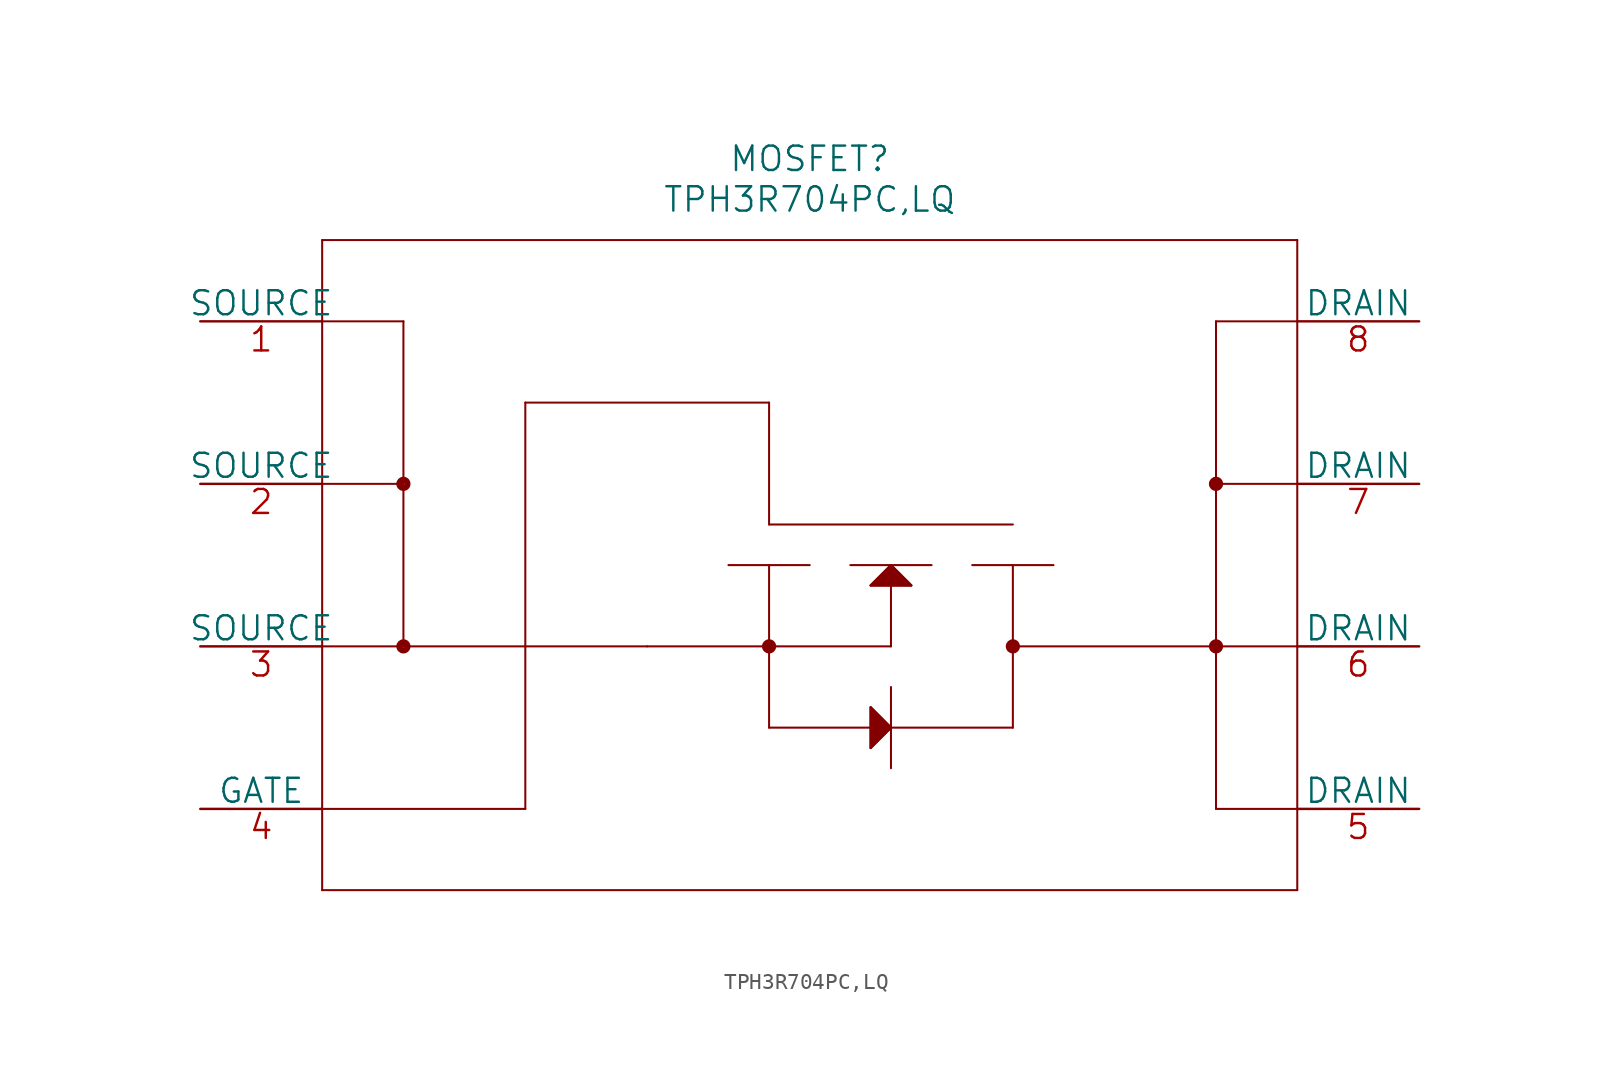
<source format=kicad_sym>
(kicad_symbol_lib
  (version 20211014)
  (generator kicad_symbol_editor)
  (symbol "TPH3R704PC,LQ"
    (pin_names
      (offset 0))
    (property "Reference" "MOSFET"
      (at 38.1 10.16 0)
      (effects (font (size 1.524 1.524))))
    (property "Value" "TPH3R704PC,LQ"
      (at 38.1 7.62 0)
      (effects (font (size 1.524 1.524))))
    (property "Datasheet" ""
      (at 0 0 0)
      (effects (font (size 1.524 1.524))))
    (property "ki_locked" ""
      (at 0 0 0)
      (effects (font (size 1.27 1.27))))
    (symbol "TPH3R704PC,LQ_1_1"
      (polyline (pts (xy 7.62 -35.56) (xy 68.58 -35.56)) (stroke (width 0.127) (type default) (color 0 0 0 0)) (fill (type none)))
      (polyline (pts (xy 7.62 -10.16) (xy 12.7 -10.16)) (stroke (width 0.127) (type default) (color 0 0 0 0)) (fill (type none)))
      (polyline (pts (xy 7.62 0) (xy 12.7 0)) (stroke (width 0.127) (type default) (color 0 0 0 0)) (fill (type none)))
      (polyline (pts (xy 7.62 5.08) (xy 7.62 -35.56)) (stroke (width 0.127) (type default) (color 0 0 0 0)) (fill (type none)))
      (polyline (pts (xy 12.7 -20.32) (xy 7.62 -20.32)) (stroke (width 0.127) (type default) (color 0 0 0 0)) (fill (type none)))
      (polyline (pts (xy 12.7 -20.32) (xy 20.32 -20.32)) (stroke (width 0.127) (type default) (color 0 0 0 0)) (fill (type none)))
      (polyline (pts (xy 12.7 0) (xy 12.7 -20.32)) (stroke (width 0.127) (type default) (color 0 0 0 0)) (fill (type none)))
      (polyline (pts (xy 20.32 -30.48) (xy 7.62 -30.48)) (stroke (width 0.127) (type default) (color 0 0 0 0)) (fill (type none)))
      (polyline (pts (xy 20.32 -20.32) (xy 20.32 -30.48)) (stroke (width 0.127) (type default) (color 0 0 0 0)) (fill (type none)))
      (polyline (pts (xy 20.32 -20.32) (xy 20.32 -5.08)) (stroke (width 0.127) (type default) (color 0 0 0 0)) (fill (type none)))
      (polyline (pts (xy 20.32 -20.32) (xy 27.94 -20.32)) (stroke (width 0.127) (type default) (color 0 0 0 0)) (fill (type none)))
      (polyline (pts (xy 20.32 -5.08) (xy 35.56 -5.08)) (stroke (width 0.127) (type default) (color 0 0 0 0)) (fill (type none)))
      (polyline (pts (xy 27.94 -20.32) (xy 35.56 -20.32)) (stroke (width 0.127) (type default) (color 0 0 0 0)) (fill (type none)))
      (polyline (pts (xy 33.02 -15.24) (xy 38.1 -15.24)) (stroke (width 0.127) (type default) (color 0 0 0 0)) (fill (type none)))
      (polyline (pts (xy 35.56 -25.4) (xy 43.18 -25.4)) (stroke (width 0.127) (type default) (color 0 0 0 0)) (fill (type none)))
      (polyline (pts (xy 35.56 -20.32) (xy 35.56 -25.4)) (stroke (width 0.127) (type default) (color 0 0 0 0)) (fill (type none)))
      (polyline (pts (xy 35.56 -20.32) (xy 35.56 -15.24)) (stroke (width 0.127) (type default) (color 0 0 0 0)) (fill (type none)))
      (polyline (pts (xy 35.56 -20.32) (xy 43.18 -20.32)) (stroke (width 0.127) (type default) (color 0 0 0 0)) (fill (type none)))
      (polyline (pts (xy 35.56 -12.7) (xy 50.8 -12.7)) (stroke (width 0.127) (type default) (color 0 0 0 0)) (fill (type none)))
      (polyline (pts (xy 35.56 -5.08) (xy 35.56 -12.7)) (stroke (width 0.127) (type default) (color 0 0 0 0)) (fill (type none)))
      (polyline (pts (xy 40.64 -15.24) (xy 45.72 -15.24)) (stroke (width 0.127) (type default) (color 0 0 0 0)) (fill (type none)))
      (polyline (pts (xy 41.91 -24.13) (xy 41.91 -26.67)) (stroke (width 0.127) (type default) (color 0 0 0 0)) (fill (type none)))
      (polyline (pts (xy 41.91 -16.51) (xy 44.45 -16.51)) (stroke (width 0.127) (type default) (color 0 0 0 0)) (fill (type none)))
      (polyline (pts (xy 43.18 -25.4) (xy 41.91 -26.67)) (stroke (width 0.127) (type default) (color 0 0 0 0)) (fill (type none)))
      (polyline (pts (xy 43.18 -25.4) (xy 41.91 -24.13)) (stroke (width 0.127) (type default) (color 0 0 0 0)) (fill (type none)))
      (polyline (pts (xy 43.18 -25.4) (xy 50.8 -25.4)) (stroke (width 0.127) (type default) (color 0 0 0 0)) (fill (type none)))
      (polyline (pts (xy 43.18 -22.86) (xy 43.18 -27.94)) (stroke (width 0.127) (type default) (color 0 0 0 0)) (fill (type none)))
      (polyline (pts (xy 43.18 -15.24) (xy 41.91 -16.51)) (stroke (width 0.127) (type default) (color 0 0 0 0)) (fill (type none)))
      (polyline (pts (xy 43.18 -15.24) (xy 43.18 -20.32)) (stroke (width 0.127) (type default) (color 0 0 0 0)) (fill (type none)))
      (polyline (pts (xy 43.18 -15.24) (xy 44.45 -16.51)) (stroke (width 0.127) (type default) (color 0 0 0 0)) (fill (type none)))
      (polyline (pts (xy 48.26 -15.24) (xy 53.34 -15.24)) (stroke (width 0.127) (type default) (color 0 0 0 0)) (fill (type none)))
      (polyline (pts (xy 50.8 -25.4) (xy 50.8 -20.32)) (stroke (width 0.127) (type default) (color 0 0 0 0)) (fill (type none)))
      (polyline (pts (xy 50.8 -20.32) (xy 68.58 -20.32)) (stroke (width 0.127) (type default) (color 0 0 0 0)) (fill (type none)))
      (polyline (pts (xy 50.8 -15.24) (xy 50.8 -20.32)) (stroke (width 0.127) (type default) (color 0 0 0 0)) (fill (type none)))
      (polyline (pts (xy 63.5 -30.48) (xy 68.58 -30.48)) (stroke (width 0.127) (type default) (color 0 0 0 0)) (fill (type none)))
      (polyline (pts (xy 63.5 -10.16) (xy 68.58 -10.16)) (stroke (width 0.127) (type default) (color 0 0 0 0)) (fill (type none)))
      (polyline (pts (xy 63.5 0) (xy 63.5 -30.48)) (stroke (width 0.127) (type default) (color 0 0 0 0)) (fill (type none)))
      (polyline (pts (xy 68.58 -35.56) (xy 68.58 5.08)) (stroke (width 0.127) (type default) (color 0 0 0 0)) (fill (type none)))
      (polyline (pts (xy 68.58 0) (xy 63.5 0)) (stroke (width 0.127) (type default) (color 0 0 0 0)) (fill (type none)))
      (polyline (pts (xy 68.58 5.08) (xy 7.62 5.08)) (stroke (width 0.127) (type default) (color 0 0 0 0)) (fill (type none)))
      (polyline (pts (xy 43.18 -25.4) (xy 41.91 -26.67) (xy 41.91 -24.13) (xy 43.18 -25.4)) (stroke (width 0) (type default) (color 0 0 0 0)) (fill (type outline)))
      (polyline (pts (xy 43.18 -15.24) (xy 44.45 -16.51) (xy 41.91 -16.51) (xy 43.18 -15.24)) (stroke (width 0) (type default) (color 0 0 0 0)) (fill (type outline)))
      (circle (center 12.7 -20.32) (radius 0.254) (stroke (width 0.381) (type default) (color 0 0 0 0)) (fill (type none)))
      (circle (center 12.7 -10.16) (radius 0.254) (stroke (width 0.381) (type default) (color 0 0 0 0)) (fill (type none)))
      (circle (center 35.56 -20.32) (radius 0.254) (stroke (width 0.381) (type default) (color 0 0 0 0)) (fill (type none)))
      (circle (center 50.8 -20.32) (radius 0.254) (stroke (width 0.381) (type default) (color 0 0 0 0)) (fill (type none)))
      (circle (center 63.5 -20.32) (radius 0.254) (stroke (width 0.381) (type default) (color 0 0 0 0)) (fill (type none)))
      (circle (center 63.5 -10.16) (radius 0.254) (stroke (width 0.381) (type default) (color 0 0 0 0)) (fill (type none)))
      (pin unspecified line (at 0 0 0) (length 7.62) (name "SOURCE" (effects (font (size 1.499 1.499)))) (number "1" (effects (font (size 1.499 1.499)))))
      (pin unspecified line (at 0 -10.16 0) (length 7.62) (name "SOURCE" (effects (font (size 1.499 1.499)))) (number "2" (effects (font (size 1.499 1.499)))))
      (pin unspecified line (at 0 -20.32 0) (length 7.62) (name "SOURCE" (effects (font (size 1.499 1.499)))) (number "3" (effects (font (size 1.499 1.499)))))
      (pin unspecified line (at 0 -30.48 0) (length 7.62) (name "GATE" (effects (font (size 1.499 1.499)))) (number "4" (effects (font (size 1.499 1.499)))))
      (pin unspecified line (at 76.2 -30.48 180) (length 7.62) (name "DRAIN" (effects (font (size 1.499 1.499)))) (number "5" (effects (font (size 1.499 1.499)))))
      (pin unspecified line (at 76.2 -20.32 180) (length 7.62) (name "DRAIN" (effects (font (size 1.499 1.499)))) (number "6" (effects (font (size 1.499 1.499)))))
      (pin unspecified line (at 76.2 -10.16 180) (length 7.62) (name "DRAIN" (effects (font (size 1.499 1.499)))) (number "7" (effects (font (size 1.499 1.499)))))
      (pin unspecified line (at 76.2 0 180) (length 7.62) (name "DRAIN" (effects (font (size 1.499 1.499)))) (number "8" (effects (font (size 1.499 1.499))))))))
</source>
